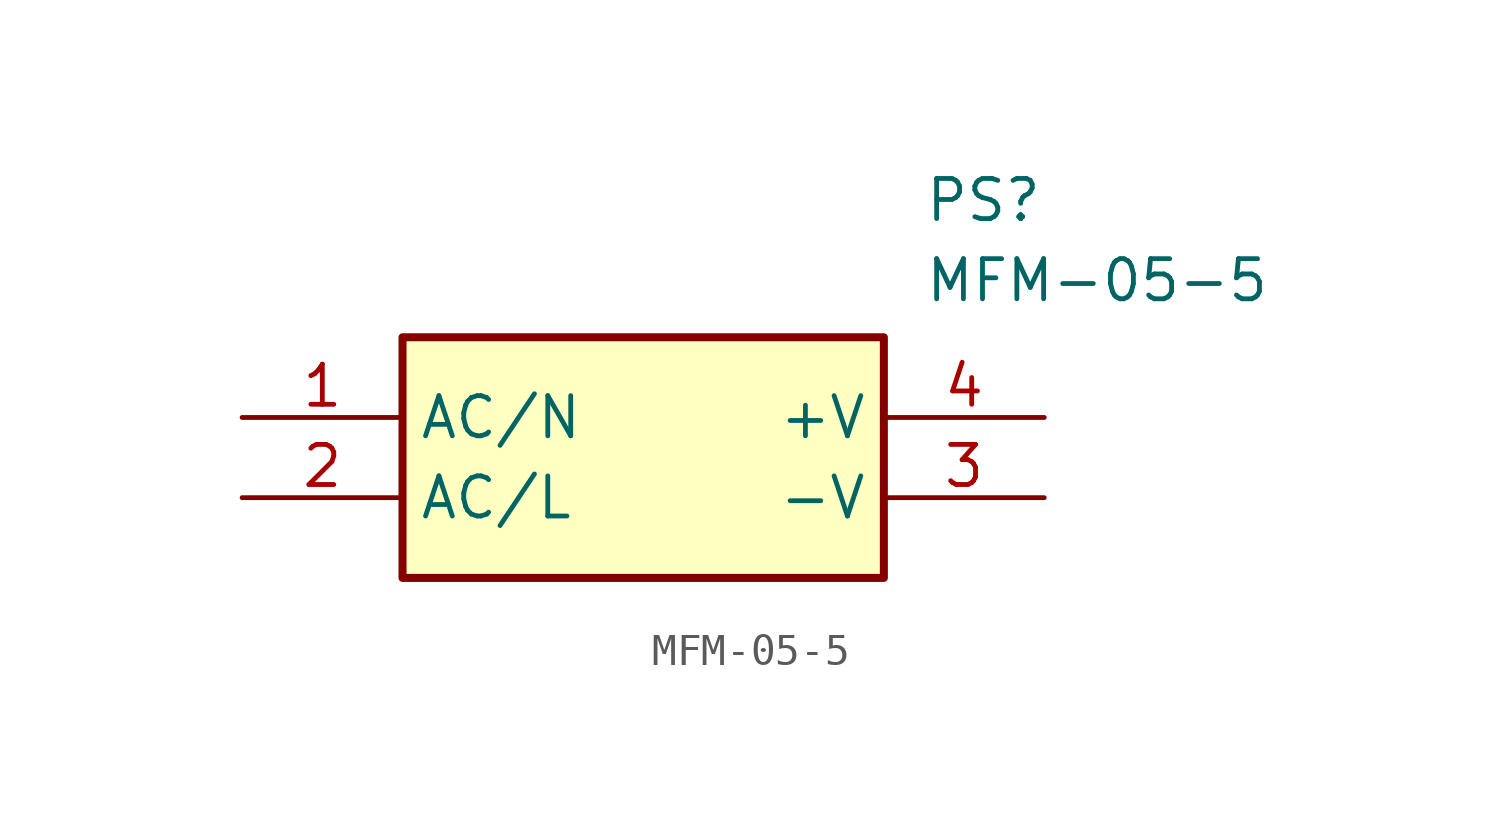
<source format=kicad_sym>
(kicad_symbol_lib
  (version 20211014)
  (generator SamacSys_ECAD_Model)
  (symbol "MFM-05-5"
    (property "Reference" "PS"
      (at 21.59 7.62 0)
      (effects (font (size 1.27 1.27)) (justify left top)))
    (property "Value" "MFM-05-5"
      (at 21.59 5.08 0)
      (effects (font (size 1.27 1.27)) (justify left top)))
    (rectangle
      (start 5.08 2.54)
      (end 20.32 -5.08)
      (stroke (width 0.254) (type default))
      (fill (type background)))
    (pin passive line
      (at 0 0 0)
      (length 5.08)
      (name "AC/N" (effects (font (size 1.27 1.27))))
      (number "1" (effects (font (size 1.27 1.27)))))
    (pin passive line
      (at 0 -2.54 0)
      (length 5.08)
      (name "AC/L" (effects (font (size 1.27 1.27))))
      (number "2" (effects (font (size 1.27 1.27)))))
    (pin passive line
      (at 25.4 -2.54 180)
      (length 5.08)
      (name "-V" (effects (font (size 1.27 1.27))))
      (number "3" (effects (font (size 1.27 1.27)))))
    (pin passive line
      (at 25.4 0 180)
      (length 5.08)
      (name "+V" (effects (font (size 1.27 1.27))))
      (number "4" (effects (font (size 1.27 1.27)))))))
</source>
